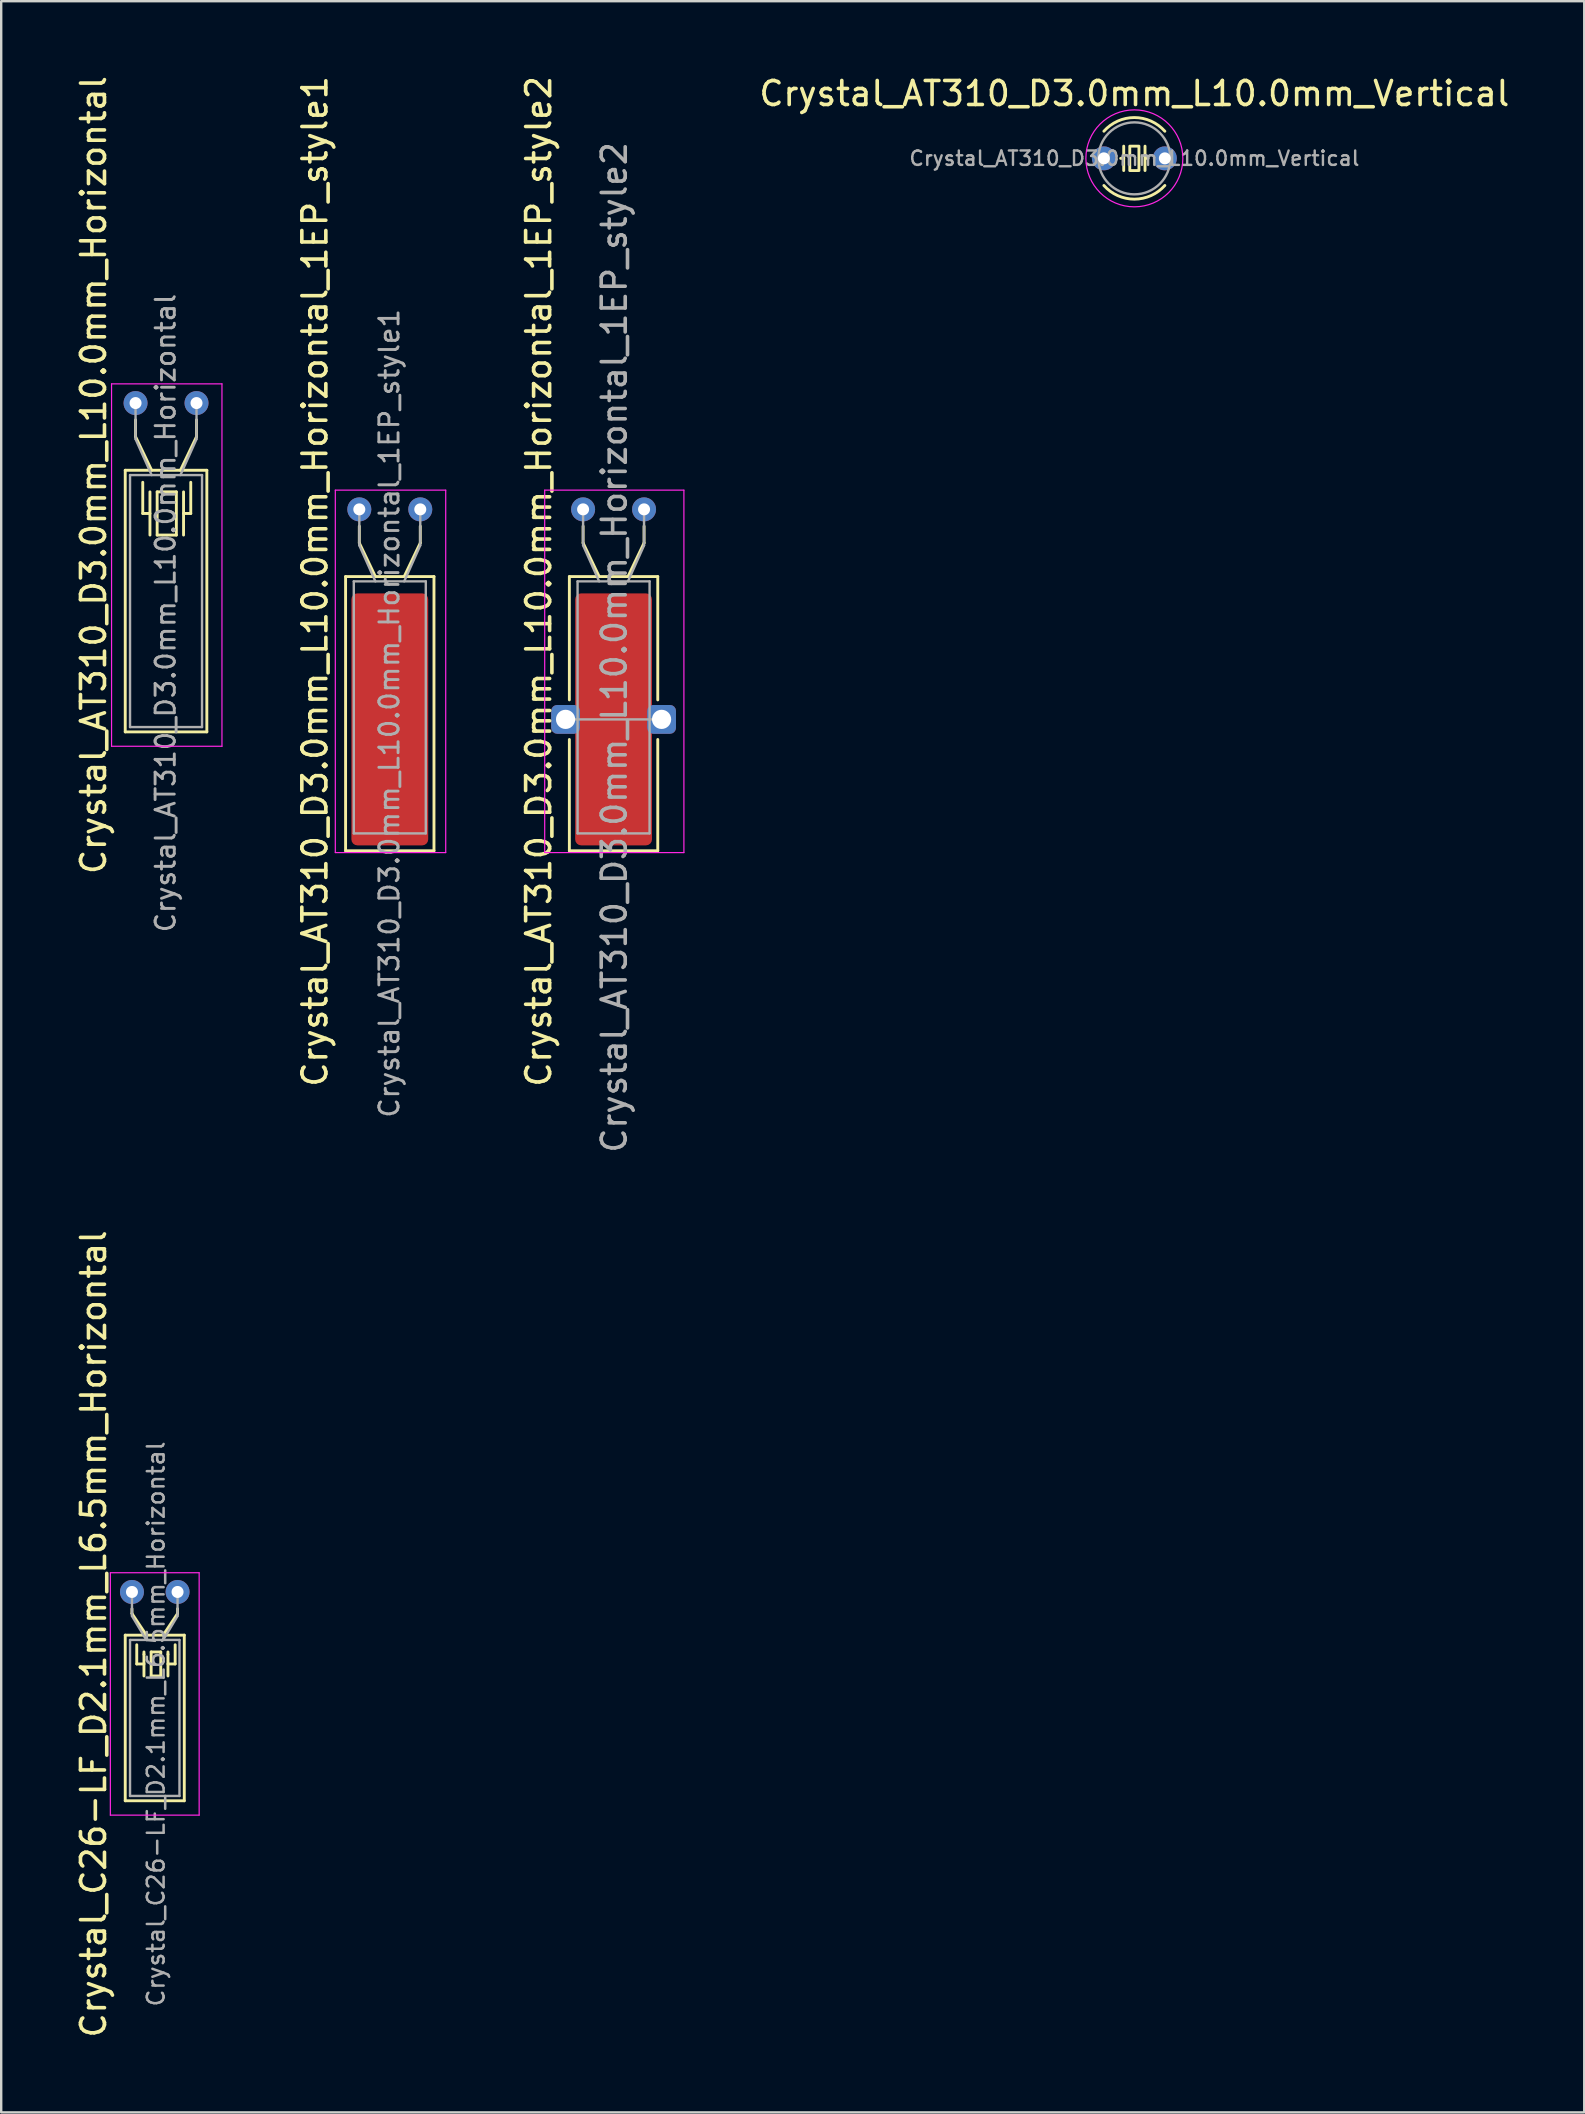
<source format=kicad_pcb>
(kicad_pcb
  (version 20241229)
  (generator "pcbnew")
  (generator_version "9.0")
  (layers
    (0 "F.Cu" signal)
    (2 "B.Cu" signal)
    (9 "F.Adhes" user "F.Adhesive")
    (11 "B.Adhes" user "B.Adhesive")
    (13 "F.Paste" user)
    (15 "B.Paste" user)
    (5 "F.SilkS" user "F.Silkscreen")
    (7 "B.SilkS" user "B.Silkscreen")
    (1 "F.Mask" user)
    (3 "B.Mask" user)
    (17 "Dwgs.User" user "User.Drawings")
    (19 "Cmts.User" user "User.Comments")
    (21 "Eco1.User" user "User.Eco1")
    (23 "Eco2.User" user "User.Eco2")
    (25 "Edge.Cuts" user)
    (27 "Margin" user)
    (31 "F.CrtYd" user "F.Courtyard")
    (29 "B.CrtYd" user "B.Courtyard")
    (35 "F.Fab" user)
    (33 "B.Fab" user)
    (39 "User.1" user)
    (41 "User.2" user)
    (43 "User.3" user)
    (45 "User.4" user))
  (footprint "Crystal_AT310_D3.0mm_L10.0mm_Vertical"
    (layer "F.Cu")
    (at 42.944 3.548)
    (property "Reference" "Crystal_AT310_D3.0mm_L10.0mm_Vertical" (at 1.27 -2.7 0) (layer "F.SilkS") (effects (font (size 1 1) (thickness 0.15))))
    (attr through_hole)
    (fp_line (start 0.826 0) (end 0.699 0) (stroke (width 0.12) (type solid)) (layer "F.SilkS"))
    (fp_line (start 0.826 0.508) (end 0.826 -0.508) (stroke (width 0.12) (type solid)) (layer "F.SilkS"))
    (fp_line (start 1.714 0.508) (end 1.714 -0.508) (stroke (width 0.12) (type solid)) (layer "F.SilkS"))
    (fp_line (start 1.841 0) (end 1.778 0) (stroke (width 0.12) (type solid)) (layer "F.SilkS"))
    (fp_rect (start 1.079 0.508) (end 1.46 -0.508) (stroke (width 0.12) (type solid)) (fill no) (layer "F.SilkS"))
    (fp_arc (start 0 -1.130088) (mid 1.270408 -1.7) (end 2.540542 -1.129479) (stroke (width 0.12) (type solid)) (layer "F.SilkS"))
    (fp_arc (start 2.540542 1.129479) (mid 1.270408 1.7) (end 0 1.130088) (stroke (width 0.12) (type solid)) (layer "F.SilkS"))
    (fp_circle (center 1.27 0) (end 3.29 0) (stroke (width 0.05) (type solid)) (fill no) (layer "F.CrtYd"))
    (fp_circle (center 1.27 0) (end 2.77 0) (stroke (width 0.1) (type solid)) (fill no) (layer "F.Fab"))
    (fp_text user "${REFERENCE}" (at 1.27 0 0) (layer "F.Fab") (effects (font (size 0.6 0.6) (thickness 0.1))))
    (pad "1" thru_hole circle (at 0 0) (size 1 1) (drill 0.5) (layers "*.Cu" "*.Mask"))
    (pad "2" thru_hole circle (at 2.54 0) (size 1 1) (drill 0.5) (layers "*.Cu" "*.Mask")))
  (footprint "Crystal_AT310_D3.0mm_L10.0mm_Horizontal_1EP_style2"
    (layer "F.Cu")
    (at 21.245 18.173)
    (property "Reference" "Crystal_AT310_D3.0mm_L10.0mm_Horizontal_1EP_style2" (at -1.85 3 90) (layer "F.SilkS") (effects (font (size 1 1) (thickness 0.15))))
    (attr through_hole)
    (fp_line (start -0.572 2.8) (end 3.111 2.8) (stroke (width 0.12) (type solid)) (layer "F.SilkS"))
    (fp_line (start -0.572 7.938) (end -0.572 2.8) (stroke (width 0.12) (type solid)) (layer "F.SilkS"))
    (fp_line (start -0.572 14.224) (end -0.572 9.588) (stroke (width 0.12) (type solid)) (layer "F.SilkS"))
    (fp_line (start 0 1.4) (end 0 0.7) (stroke (width 0.12) (type solid)) (layer "F.SilkS"))
    (fp_line (start 0.67 2.8) (end 0 1.4) (stroke (width 0.12) (type solid)) (layer "F.SilkS"))
    (fp_line (start 1.87 2.8) (end 2.54 1.4) (stroke (width 0.12) (type solid)) (layer "F.SilkS"))
    (fp_line (start 2.54 1.4) (end 2.54 0.7) (stroke (width 0.12) (type solid)) (layer "F.SilkS"))
    (fp_line (start 3.111 2.8) (end 3.111 7.938) (stroke (width 0.12) (type solid)) (layer "F.SilkS"))
    (fp_line (start 3.111 9.588) (end 3.111 14.224) (stroke (width 0.12) (type solid)) (layer "F.SilkS"))
    (fp_line (start 3.111 14.224) (end -0.572 14.224) (stroke (width 0.12) (type solid)) (layer "F.SilkS"))
    (fp_line (start -1.6 -0.8) (end -1.6 14.3) (stroke (width 0.05) (type solid)) (layer "F.CrtYd"))
    (fp_line (start -1.6 14.3) (end 4.2 14.3) (stroke (width 0.05) (type solid)) (layer "F.CrtYd"))
    (fp_line (start 4.2 -0.8) (end -1.6 -0.8) (stroke (width 0.05) (type solid)) (layer "F.CrtYd"))
    (fp_line (start 4.2 14.3) (end 4.2 -0.8) (stroke (width 0.05) (type solid)) (layer "F.CrtYd"))
    (fp_line (start -0.73 8.75) (end 3.27 8.75) (stroke (width 0.1) (type solid)) (layer "F.Fab"))
    (fp_line (start -0.23 3) (end -0.23 13.5) (stroke (width 0.1) (type solid)) (layer "F.Fab"))
    (fp_line (start -0.23 13.5) (end 2.77 13.5) (stroke (width 0.1) (type solid)) (layer "F.Fab"))
    (fp_line (start 0 1.5) (end 0 0) (stroke (width 0.1) (type solid)) (layer "F.Fab"))
    (fp_line (start 0.67 3) (end 0 1.5) (stroke (width 0.1) (type solid)) (layer "F.Fab"))
    (fp_line (start 1.87 3) (end 2.54 1.5) (stroke (width 0.1) (type solid)) (layer "F.Fab"))
    (fp_line (start 2.54 1.5) (end 2.54 0) (stroke (width 0.1) (type solid)) (layer "F.Fab"))
    (fp_line (start 2.77 3) (end -0.23 3) (stroke (width 0.1) (type solid)) (layer "F.Fab"))
    (fp_line (start 2.77 13.5) (end 2.77 3) (stroke (width 0.1) (type solid)) (layer "F.Fab"))
    (fp_text user "${REFERENCE}" (at 1.3 5.75 90) (layer "F.Fab") (effects (font (size 1 1) (thickness 0.15))))
    (pad "1" thru_hole circle (at 0 0) (size 1 1) (drill 0.5) (layers "*.Cu" "*.Mask"))
    (pad "2" thru_hole circle (at 2.54 0) (size 1 1) (drill 0.5) (layers "*.Cu" "*.Mask"))
    (pad "3" thru_hole roundrect (at -0.73 8.75) (size 1.2 1.2) (drill 0.8) (layers "*.Cu" "*.Mask") (roundrect_rratio 0.208))
    (pad "3" smd roundrect (at 1.27 8.75) (size 3.2 10.5) (layers "F.Cu" "F.Mask" "F.Paste") (roundrect_rratio 0.078))
    (pad "3" thru_hole roundrect (at 3.27 8.75) (size 1.2 1.2) (drill 0.8) (layers "*.Cu" "*.Mask") (roundrect_rratio 0.208)))
  (footprint "Crystal_C26-LF_D2.1mm_L6.5mm_Horizontal"
    (layer "F.Cu")
    (at 2.448 63.28)
    (property "Reference" "Crystal_C26-LF_D2.1mm_L6.5mm_Horizontal" (at -1.6 1.75 90) (layer "F.SilkS") (effects (font (size 1 1) (thickness 0.15))))
    (attr through_hole)
    (fp_line (start -0.28 1.8) (end -0.28 8.7) (stroke (width 0.12) (type solid)) (layer "F.SilkS"))
    (fp_line (start -0.28 8.7) (end 2.18 8.7) (stroke (width 0.12) (type solid)) (layer "F.SilkS"))
    (fp_line (start 0 0.9) (end 0 0.7) (stroke (width 0.12) (type solid)) (layer "F.SilkS"))
    (fp_line (start 0.2 3) (end 0.2 2.2) (stroke (width 0.12) (type solid)) (layer "F.SilkS"))
    (fp_line (start 0.5 2.6) (end 0.5 2.5) (stroke (width 0.12) (type solid)) (layer "F.SilkS"))
    (fp_line (start 0.5 3) (end 0.2 3) (stroke (width 0.12) (type solid)) (layer "F.SilkS"))
    (fp_line (start 0.5 3.5) (end 0.5 2.6) (stroke (width 0.12) (type solid)) (layer "F.SilkS"))
    (fp_line (start 0.6 1.8) (end 0 0.9) (stroke (width 0.12) (type solid)) (layer "F.SilkS"))
    (fp_line (start 0.8 2.5) (end 0.8 3.5) (stroke (width 0.12) (type solid)) (layer "F.SilkS"))
    (fp_line (start 0.8 3.5) (end 1.2 3.5) (stroke (width 0.12) (type solid)) (layer "F.SilkS"))
    (fp_line (start 1.2 2.5) (end 0.8 2.5) (stroke (width 0.12) (type solid)) (layer "F.SilkS"))
    (fp_line (start 1.2 3.5) (end 1.2 2.5) (stroke (width 0.12) (type solid)) (layer "F.SilkS"))
    (fp_line (start 1.3 1.8) (end 1.9 0.9) (stroke (width 0.12) (type solid)) (layer "F.SilkS"))
    (fp_line (start 1.5 2.6) (end 1.5 2.5) (stroke (width 0.12) (type solid)) (layer "F.SilkS"))
    (fp_line (start 1.5 3) (end 1.8 3) (stroke (width 0.12) (type solid)) (layer "F.SilkS"))
    (fp_line (start 1.5 3.5) (end 1.5 2.6) (stroke (width 0.12) (type solid)) (layer "F.SilkS"))
    (fp_line (start 1.8 3) (end 1.8 2.2) (stroke (width 0.12) (type solid)) (layer "F.SilkS"))
    (fp_line (start 1.9 0.9) (end 1.9 0.7) (stroke (width 0.12) (type solid)) (layer "F.SilkS"))
    (fp_line (start 2.18 1.8) (end -0.28 1.8) (stroke (width 0.12) (type solid)) (layer "F.SilkS"))
    (fp_line (start 2.18 8.7) (end 2.18 1.8) (stroke (width 0.12) (type solid)) (layer "F.SilkS"))
    (fp_line (start -0.9 -0.8) (end -0.9 9.3) (stroke (width 0.05) (type solid)) (layer "F.CrtYd"))
    (fp_line (start -0.9 9.3) (end 2.8 9.3) (stroke (width 0.05) (type solid)) (layer "F.CrtYd"))
    (fp_line (start 2.8 -0.8) (end -0.9 -0.8) (stroke (width 0.05) (type solid)) (layer "F.CrtYd"))
    (fp_line (start 2.8 9.3) (end 2.8 -0.8) (stroke (width 0.05) (type solid)) (layer "F.CrtYd"))
    (fp_line (start -0.08 2) (end -0.08 8.5) (stroke (width 0.1) (type solid)) (layer "F.Fab"))
    (fp_line (start -0.08 8.5) (end 1.98 8.5) (stroke (width 0.1) (type solid)) (layer "F.Fab"))
    (fp_line (start 0 1) (end 0 0) (stroke (width 0.1) (type solid)) (layer "F.Fab"))
    (fp_line (start 0.6 2) (end 0 1) (stroke (width 0.1) (type solid)) (layer "F.Fab"))
    (fp_line (start 1.3 2) (end 1.9 1) (stroke (width 0.1) (type solid)) (layer "F.Fab"))
    (fp_line (start 1.9 1) (end 1.9 0) (stroke (width 0.1) (type solid)) (layer "F.Fab"))
    (fp_line (start 1.98 2) (end -0.08 2) (stroke (width 0.1) (type solid)) (layer "F.Fab"))
    (fp_line (start 1.98 8.5) (end 1.98 2) (stroke (width 0.1) (type solid)) (layer "F.Fab"))
    (fp_text user "${REFERENCE}" (at 1 5.5 90) (layer "F.Fab") (effects (font (size 0.7 0.7) (thickness 0.105))))
    (pad "1" thru_hole circle (at 0 0) (size 1 1) (drill 0.5) (layers "*.Cu" "*.Mask"))
    (pad "2" thru_hole circle (at 1.9 0) (size 1 1) (drill 0.5) (layers "*.Cu" "*.Mask")))
  (footprint "Crystal_AT310_D3.0mm_L10.0mm_Horizontal"
    (layer "F.Cu")
    (at 2.598 13.744)
    (property "Reference" "Crystal_AT310_D3.0mm_L10.0mm_Horizontal" (at -1.75 3 90) (layer "F.SilkS") (effects (font (size 1 1) (thickness 0.15))))
    (attr through_hole)
    (fp_line (start -0.43 2.8) (end -0.43 13.7) (stroke (width 0.12) (type solid)) (layer "F.SilkS"))
    (fp_line (start -0.43 13.7) (end 2.97 13.7) (stroke (width 0.12) (type solid)) (layer "F.SilkS"))
    (fp_line (start 0 1.4) (end 0 0.7) (stroke (width 0.12) (type solid)) (layer "F.SilkS"))
    (fp_line (start 0.3 4.6) (end 0.3 3.3) (stroke (width 0.12) (type solid)) (layer "F.SilkS"))
    (fp_line (start 0.6 4.6) (end 0.3 4.6) (stroke (width 0.12) (type solid)) (layer "F.SilkS"))
    (fp_line (start 0.6 5.5) (end 0.6 3.7) (stroke (width 0.12) (type solid)) (layer "F.SilkS"))
    (fp_line (start 0.67 2.8) (end 0 1.4) (stroke (width 0.12) (type solid)) (layer "F.SilkS"))
    (fp_line (start 0.9 3.7) (end 1.7 3.7) (stroke (width 0.12) (type solid)) (layer "F.SilkS"))
    (fp_line (start 0.9 5.5) (end 0.9 3.7) (stroke (width 0.12) (type solid)) (layer "F.SilkS"))
    (fp_line (start 1.7 3.7) (end 1.7 5.5) (stroke (width 0.12) (type solid)) (layer "F.SilkS"))
    (fp_line (start 1.7 5.5) (end 0.9 5.5) (stroke (width 0.12) (type solid)) (layer "F.SilkS"))
    (fp_line (start 1.87 2.8) (end 2.54 1.4) (stroke (width 0.12) (type solid)) (layer "F.SilkS"))
    (fp_line (start 2 3.7) (end 2 5.5) (stroke (width 0.12) (type solid)) (layer "F.SilkS"))
    (fp_line (start 2 4.6) (end 2.3 4.6) (stroke (width 0.12) (type solid)) (layer "F.SilkS"))
    (fp_line (start 2.3 4.6) (end 2.3 3.3) (stroke (width 0.12) (type solid)) (layer "F.SilkS"))
    (fp_line (start 2.54 1.4) (end 2.54 0.7) (stroke (width 0.12) (type solid)) (layer "F.SilkS"))
    (fp_line (start 2.97 2.8) (end -0.43 2.8) (stroke (width 0.12) (type solid)) (layer "F.SilkS"))
    (fp_line (start 2.97 13.7) (end 2.97 2.8) (stroke (width 0.12) (type solid)) (layer "F.SilkS"))
    (fp_line (start -1 -0.8) (end -1 14.3) (stroke (width 0.05) (type solid)) (layer "F.CrtYd"))
    (fp_line (start -1 14.3) (end 3.6 14.3) (stroke (width 0.05) (type solid)) (layer "F.CrtYd"))
    (fp_line (start 3.6 -0.8) (end -1 -0.8) (stroke (width 0.05) (type solid)) (layer "F.CrtYd"))
    (fp_line (start 3.6 14.3) (end 3.6 -0.8) (stroke (width 0.05) (type solid)) (layer "F.CrtYd"))
    (fp_line (start -0.23 3) (end -0.23 13.5) (stroke (width 0.1) (type solid)) (layer "F.Fab"))
    (fp_line (start -0.23 13.5) (end 2.77 13.5) (stroke (width 0.1) (type solid)) (layer "F.Fab"))
    (fp_line (start 0 1.5) (end 0 0) (stroke (width 0.1) (type solid)) (layer "F.Fab"))
    (fp_line (start 0.67 3) (end 0 1.5) (stroke (width 0.1) (type solid)) (layer "F.Fab"))
    (fp_line (start 1.87 3) (end 2.54 1.5) (stroke (width 0.1) (type solid)) (layer "F.Fab"))
    (fp_line (start 2.54 1.5) (end 2.54 0) (stroke (width 0.1) (type solid)) (layer "F.Fab"))
    (fp_line (start 2.77 3) (end -0.23 3) (stroke (width 0.1) (type solid)) (layer "F.Fab"))
    (fp_line (start 2.77 13.5) (end 2.77 3) (stroke (width 0.1) (type solid)) (layer "F.Fab"))
    (fp_text user "${REFERENCE}" (at 1.25 8.75 90) (layer "F.Fab") (effects (font (size 0.8 0.8) (thickness 0.12))))
    (pad "1" thru_hole circle (at 0 0) (size 1 1) (drill 0.5) (layers "*.Cu" "*.Mask"))
    (pad "2" thru_hole circle (at 2.54 0) (size 1 1) (drill 0.5) (layers "*.Cu" "*.Mask")))
  (footprint "Crystal_AT310_D3.0mm_L10.0mm_Horizontal_1EP_style1"
    (layer "F.Cu")
    (at 11.921 18.173)
    (property "Reference" "Crystal_AT310_D3.0mm_L10.0mm_Horizontal_1EP_style1" (at -1.85 3 90) (layer "F.SilkS") (effects (font (size 1 1) (thickness 0.15))))
    (attr through_hole)
    (fp_line (start -0.572 2.8) (end 3.111 2.8) (stroke (width 0.12) (type solid)) (layer "F.SilkS"))
    (fp_line (start -0.572 14.224) (end -0.572 2.8) (stroke (width 0.12) (type solid)) (layer "F.SilkS"))
    (fp_line (start -0.572 14.224) (end 3.111 14.224) (stroke (width 0.12) (type solid)) (layer "F.SilkS"))
    (fp_line (start 0 1.4) (end 0 0.7) (stroke (width 0.12) (type solid)) (layer "F.SilkS"))
    (fp_line (start 0.67 2.8) (end 0 1.4) (stroke (width 0.12) (type solid)) (layer "F.SilkS"))
    (fp_line (start 1.87 2.8) (end 2.54 1.4) (stroke (width 0.12) (type solid)) (layer "F.SilkS"))
    (fp_line (start 2.54 1.4) (end 2.54 0.7) (stroke (width 0.12) (type solid)) (layer "F.SilkS"))
    (fp_line (start 3.111 2.8) (end 3.111 14.224) (stroke (width 0.12) (type solid)) (layer "F.SilkS"))
    (fp_line (start -1 -0.8) (end -1 14.3) (stroke (width 0.05) (type solid)) (layer "F.CrtYd"))
    (fp_line (start -1 14.3) (end 3.6 14.3) (stroke (width 0.05) (type solid)) (layer "F.CrtYd"))
    (fp_line (start 3.6 -0.8) (end -1 -0.8) (stroke (width 0.05) (type solid)) (layer "F.CrtYd"))
    (fp_line (start 3.6 14.3) (end 3.6 -0.8) (stroke (width 0.05) (type solid)) (layer "F.CrtYd"))
    (fp_line (start -0.23 3) (end -0.23 13.5) (stroke (width 0.1) (type solid)) (layer "F.Fab"))
    (fp_line (start -0.23 13.5) (end 2.77 13.5) (stroke (width 0.1) (type solid)) (layer "F.Fab"))
    (fp_line (start 0 1.5) (end 0 0) (stroke (width 0.1) (type solid)) (layer "F.Fab"))
    (fp_line (start 0.67 3) (end 0 1.5) (stroke (width 0.1) (type solid)) (layer "F.Fab"))
    (fp_line (start 1.87 3) (end 2.54 1.5) (stroke (width 0.1) (type solid)) (layer "F.Fab"))
    (fp_line (start 2.54 1.5) (end 2.54 0) (stroke (width 0.1) (type solid)) (layer "F.Fab"))
    (fp_line (start 2.77 3) (end -0.23 3) (stroke (width 0.1) (type solid)) (layer "F.Fab"))
    (fp_line (start 2.77 13.5) (end 2.77 3) (stroke (width 0.1) (type solid)) (layer "F.Fab"))
    (fp_text user "${REFERENCE}" (at 1.25 8.5 90) (layer "F.Fab") (effects (font (size 0.8 0.8) (thickness 0.12))))
    (pad "1" thru_hole circle (at 0 0) (size 1 1) (drill 0.5) (layers "*.Cu" "*.Mask"))
    (pad "2" thru_hole circle (at 2.54 0) (size 1 1) (drill 0.5) (layers "*.Cu" "*.Mask"))
    (pad "3" smd roundrect (at 1.27 8.75) (size 3.2 10.5) (layers "F.Cu" "F.Mask" "F.Paste") (roundrect_rratio 0.078)))
  (gr_rect
    (start -3 -3)
    (end 62.958 84.964)
    (stroke (width 0.1) (type default))
    (fill no)
    (layer "Edge.Cuts")))
</source>
